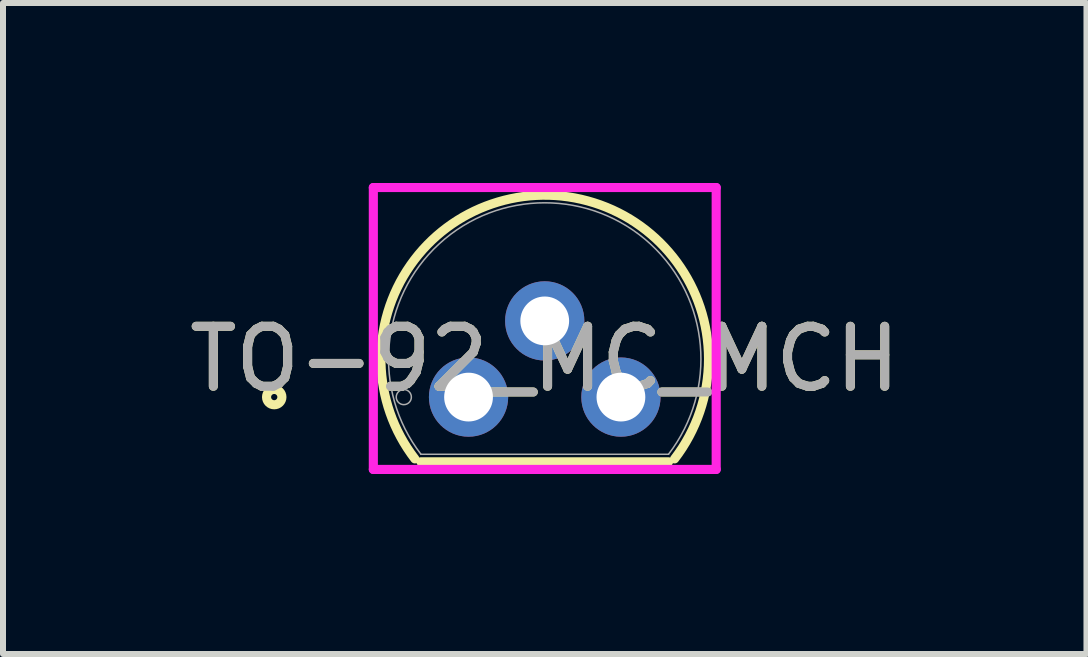
<source format=kicad_pcb>
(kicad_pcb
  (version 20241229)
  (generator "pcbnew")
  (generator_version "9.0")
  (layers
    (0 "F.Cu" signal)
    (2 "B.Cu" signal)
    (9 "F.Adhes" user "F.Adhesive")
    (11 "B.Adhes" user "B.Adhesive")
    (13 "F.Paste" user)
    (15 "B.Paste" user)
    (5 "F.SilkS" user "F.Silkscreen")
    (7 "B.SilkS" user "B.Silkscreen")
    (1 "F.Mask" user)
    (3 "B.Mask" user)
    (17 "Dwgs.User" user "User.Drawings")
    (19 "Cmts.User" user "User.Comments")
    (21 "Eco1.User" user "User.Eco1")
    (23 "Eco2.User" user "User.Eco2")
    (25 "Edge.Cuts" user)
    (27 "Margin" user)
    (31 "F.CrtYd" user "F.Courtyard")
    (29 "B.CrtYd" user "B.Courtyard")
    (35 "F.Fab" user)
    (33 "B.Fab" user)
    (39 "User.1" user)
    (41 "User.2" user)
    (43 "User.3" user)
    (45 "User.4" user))
  (footprint "TO-92_MC_MCH"
    (layer "F.Cu")
    (at 4.76 3.569)
    (property "Reference" "TO-92_MC_MCH" (at 1.27 -0.635 0) (unlocked yes) (layer "F.SilkS") (effects (font (size 1 1) (thickness 0.15))))
    (attr through_hole)
    (fp_line (start -0.794 1.079) (end 3.334 1.079) (stroke (width 0.152) (type solid)) (layer "F.SilkS"))
    (fp_arc (start -0.894167 1.029936) (mid 0.39069 -3.220042) (end 4.0005 -0.635) (stroke (width 0.1524) (type solid)) (layer "F.SilkS"))
    (fp_arc (start 4.0005 -0.634999) (mid 3.855041 0.244313) (end 3.434164 1.02994) (stroke (width 0.1524) (type solid)) (layer "F.SilkS"))
    (fp_circle (center -3.239 0) (end -3.111 0) (stroke (width 0.152) (type solid)) (fill no) (layer "F.SilkS"))
    (fp_line (start -1.587 -3.493) (end 4.128 -3.493) (stroke (width 0.152) (type solid)) (layer "F.CrtYd"))
    (fp_line (start -1.587 1.206) (end -1.587 -3.493) (stroke (width 0.152) (type solid)) (layer "F.CrtYd"))
    (fp_line (start 4.128 -3.493) (end 4.128 1.206) (stroke (width 0.152) (type solid)) (layer "F.CrtYd"))
    (fp_line (start 4.128 1.206) (end -1.587 1.206) (stroke (width 0.152) (type solid)) (layer "F.CrtYd"))
    (fp_line (start -0.794 0.953) (end 3.334 0.953) (stroke (width 0.025) (type solid)) (layer "F.Fab"))
    (fp_line (start -0.254 0) (end 0.254 0) (stroke (width 0.152) (type solid)) (layer "F.Fab"))
    (fp_line (start 0 0.254) (end 0 -0.254) (stroke (width 0.152) (type solid)) (layer "F.Fab"))
    (fp_arc (start -0.793507 0.952499) (mid 1.270001 -3.2385) (end 3.333506 0.9525) (stroke (width 0.0254) (type solid)) (layer "F.Fab"))
    (fp_circle (center -1.079 0) (end -0.953 0) (stroke (width 0.025) (type solid)) (fill no) (layer "F.Fab"))
    (fp_text user "${REFERENCE}" (at 1.27 -0.635 0) (unlocked yes) (layer "F.Fab") (effects (font (size 1 1) (thickness 0.15))))
    (pad "1" thru_hole circle (at 0 0) (size 1.321 1.321) (drill 0.813) (layers "*.Cu" "*.Mask"))
    (pad "2" thru_hole circle (at 1.27 -1.27) (size 1.321 1.321) (drill 0.813) (layers "*.Cu" "*.Mask"))
    (pad "3" thru_hole circle (at 2.54 0) (size 1.321 1.321) (drill 0.813) (layers "*.Cu" "*.Mask")))
  (gr_rect
    (start -3 -3)
    (end 15.06 7.851)
    (stroke (width 0.1) (type default))
    (fill no)
    (layer "Edge.Cuts")))
</source>
